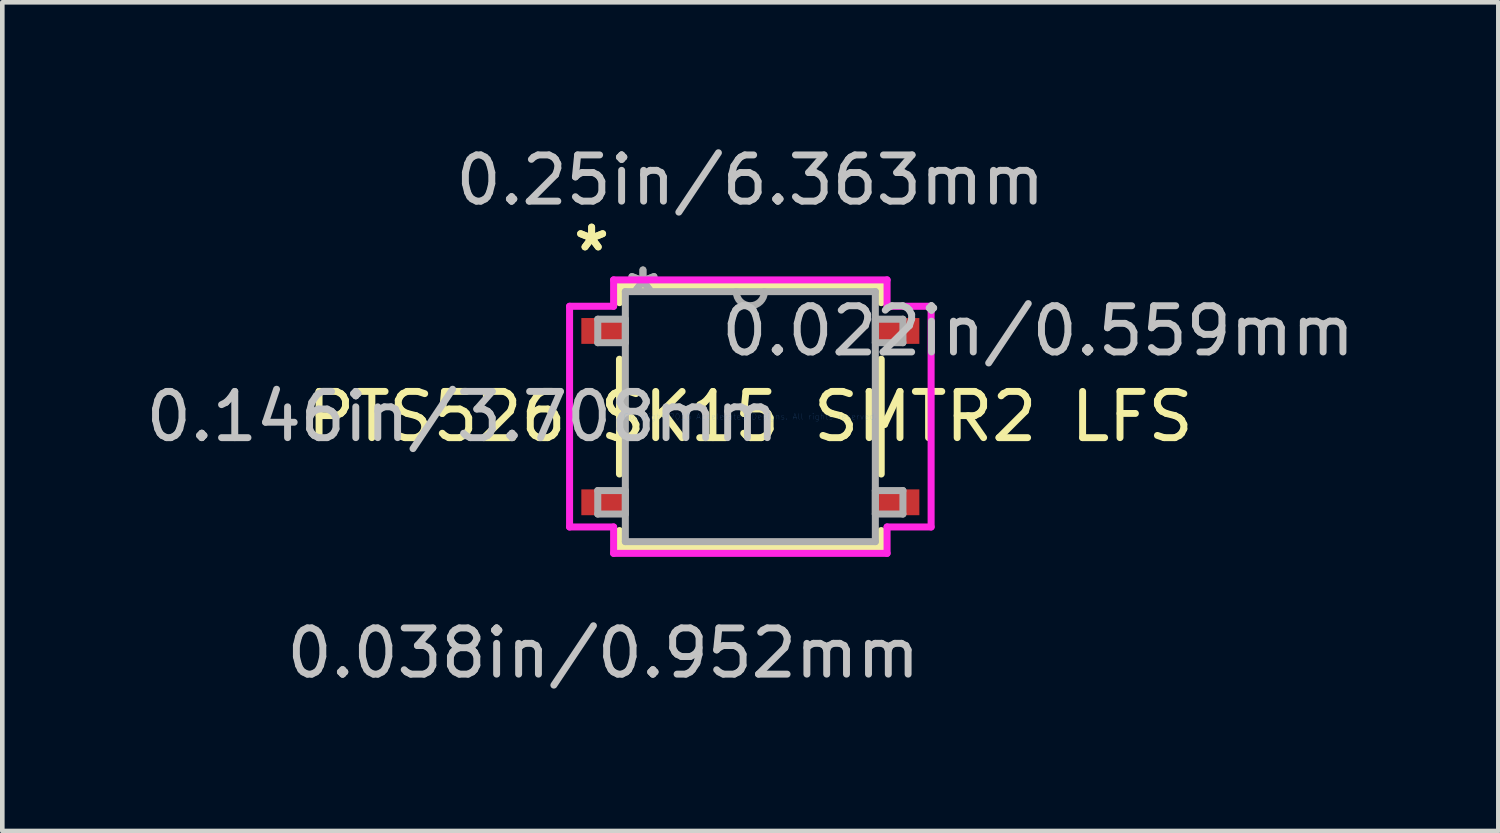
<source format=kicad_pcb>
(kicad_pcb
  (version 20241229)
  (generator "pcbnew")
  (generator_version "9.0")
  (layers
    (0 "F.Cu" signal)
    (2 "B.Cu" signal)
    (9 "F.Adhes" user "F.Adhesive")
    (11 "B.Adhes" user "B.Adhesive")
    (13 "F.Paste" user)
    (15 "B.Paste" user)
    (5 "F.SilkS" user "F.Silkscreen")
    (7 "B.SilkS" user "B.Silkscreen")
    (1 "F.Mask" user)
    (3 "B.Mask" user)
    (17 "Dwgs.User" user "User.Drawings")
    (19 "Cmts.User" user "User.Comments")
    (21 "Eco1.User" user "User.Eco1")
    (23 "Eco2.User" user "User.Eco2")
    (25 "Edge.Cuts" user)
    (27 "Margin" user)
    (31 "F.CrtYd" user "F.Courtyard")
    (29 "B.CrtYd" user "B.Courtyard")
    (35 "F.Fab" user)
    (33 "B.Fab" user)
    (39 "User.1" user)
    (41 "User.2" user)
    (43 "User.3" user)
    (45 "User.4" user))
  (footprint "PTS526 SK15 SMTR2 LFS"
    (layer "F.Cu")
    (at 13.188 5.966)
    (property "Reference" "PTS526 SK15 SMTR2 LFS" (at 0 0 0) (layer "F.SilkS") (effects (font (size 1 1) (thickness 0.15))))
    (attr through_hole)
    (fp_line (start -2.832 -2.832) (end -2.832 -2.466) (stroke (width 0.152) (type solid)) (layer "F.SilkS"))
    (fp_line (start -2.832 -1.242) (end -2.832 1.242) (stroke (width 0.152) (type solid)) (layer "F.SilkS"))
    (fp_line (start -2.832 2.466) (end -2.832 2.832) (stroke (width 0.152) (type solid)) (layer "F.SilkS"))
    (fp_line (start -2.832 2.832) (end 2.832 2.832) (stroke (width 0.152) (type solid)) (layer "F.SilkS"))
    (fp_line (start 2.832 -2.832) (end -2.832 -2.832) (stroke (width 0.152) (type solid)) (layer "F.SilkS"))
    (fp_line (start 2.832 -2.466) (end 2.832 -2.832) (stroke (width 0.152) (type solid)) (layer "F.SilkS"))
    (fp_line (start 2.832 1.242) (end 2.832 -1.242) (stroke (width 0.152) (type solid)) (layer "F.SilkS"))
    (fp_line (start 2.832 2.832) (end 2.832 2.466) (stroke (width 0.152) (type solid)) (layer "F.SilkS"))
    (fp_line (start -3.912 -2.388) (end -2.959 -2.388) (stroke (width 0.152) (type solid)) (layer "F.CrtYd"))
    (fp_line (start -3.912 2.388) (end -3.912 -2.388) (stroke (width 0.152) (type solid)) (layer "F.CrtYd"))
    (fp_line (start -2.959 -2.959) (end 2.959 -2.959) (stroke (width 0.152) (type solid)) (layer "F.CrtYd"))
    (fp_line (start -2.959 -2.388) (end -2.959 -2.959) (stroke (width 0.152) (type solid)) (layer "F.CrtYd"))
    (fp_line (start -2.959 2.388) (end -3.912 2.388) (stroke (width 0.152) (type solid)) (layer "F.CrtYd"))
    (fp_line (start -2.959 2.959) (end -2.959 2.388) (stroke (width 0.152) (type solid)) (layer "F.CrtYd"))
    (fp_line (start 2.959 -2.959) (end 2.959 -2.388) (stroke (width 0.152) (type solid)) (layer "F.CrtYd"))
    (fp_line (start 2.959 -2.388) (end 3.912 -2.388) (stroke (width 0.152) (type solid)) (layer "F.CrtYd"))
    (fp_line (start 2.959 2.388) (end 2.959 2.959) (stroke (width 0.152) (type solid)) (layer "F.CrtYd"))
    (fp_line (start 2.959 2.959) (end -2.959 2.959) (stroke (width 0.152) (type solid)) (layer "F.CrtYd"))
    (fp_line (start 3.912 -2.388) (end 3.912 2.388) (stroke (width 0.152) (type solid)) (layer "F.CrtYd"))
    (fp_line (start 3.912 2.388) (end 2.959 2.388) (stroke (width 0.152) (type solid)) (layer "F.CrtYd"))
    (fp_line (start -3.302 -2.108) (end -3.302 -1.6) (stroke (width 0.152) (type solid)) (layer "F.Fab"))
    (fp_line (start -3.302 -1.6) (end -2.705 -1.6) (stroke (width 0.152) (type solid)) (layer "F.Fab"))
    (fp_line (start -3.302 1.6) (end -3.302 2.108) (stroke (width 0.152) (type solid)) (layer "F.Fab"))
    (fp_line (start -3.302 2.108) (end -2.705 2.108) (stroke (width 0.152) (type solid)) (layer "F.Fab"))
    (fp_line (start -2.705 -2.705) (end -2.705 2.705) (stroke (width 0.152) (type solid)) (layer "F.Fab"))
    (fp_line (start -2.705 -2.108) (end -3.302 -2.108) (stroke (width 0.152) (type solid)) (layer "F.Fab"))
    (fp_line (start -2.705 -1.6) (end -2.705 -2.108) (stroke (width 0.152) (type solid)) (layer "F.Fab"))
    (fp_line (start -2.705 1.6) (end -3.302 1.6) (stroke (width 0.152) (type solid)) (layer "F.Fab"))
    (fp_line (start -2.705 2.108) (end -2.705 1.6) (stroke (width 0.152) (type solid)) (layer "F.Fab"))
    (fp_line (start -2.705 2.705) (end 2.705 2.705) (stroke (width 0.152) (type solid)) (layer "F.Fab"))
    (fp_line (start 2.705 -2.705) (end -2.705 -2.705) (stroke (width 0.152) (type solid)) (layer "F.Fab"))
    (fp_line (start 2.705 -2.108) (end 2.705 -1.6) (stroke (width 0.152) (type solid)) (layer "F.Fab"))
    (fp_line (start 2.705 -1.6) (end 3.302 -1.6) (stroke (width 0.152) (type solid)) (layer "F.Fab"))
    (fp_line (start 2.705 1.6) (end 2.705 2.108) (stroke (width 0.152) (type solid)) (layer "F.Fab"))
    (fp_line (start 2.705 2.108) (end 3.302 2.108) (stroke (width 0.152) (type solid)) (layer "F.Fab"))
    (fp_line (start 2.705 2.705) (end 2.705 -2.705) (stroke (width 0.152) (type solid)) (layer "F.Fab"))
    (fp_line (start 3.302 -2.108) (end 2.705 -2.108) (stroke (width 0.152) (type solid)) (layer "F.Fab"))
    (fp_line (start 3.302 -1.6) (end 3.302 -2.108) (stroke (width 0.152) (type solid)) (layer "F.Fab"))
    (fp_line (start 3.302 1.6) (end 2.705 1.6) (stroke (width 0.152) (type solid)) (layer "F.Fab"))
    (fp_line (start 3.302 2.108) (end 3.302 1.6) (stroke (width 0.152) (type solid)) (layer "F.Fab"))
    (fp_arc (start 0.3048 -2.7051) (mid 0 -2.4003) (end -0.3048 -2.7051) (stroke (width 0.1524) (type solid)) (layer "F.Fab"))
    (fp_text user "*" (at -3.435 -3.556 0) (layer "F.SilkS") (effects (font (size 1 1) (thickness 0.15))))
    (fp_text user "*" (at -3.435 -3.556 0) (layer "F.SilkS") (effects (font (size 1 1) (thickness 0.15))))
    (fp_text user "0.25in/6.363mm" (at 0 -5.118 0) (layer "Dwgs.User") (effects (font (size 1 1) (thickness 0.15))))
    (fp_text user "0.022in/0.559mm" (at 6.229 -1.854 0) (layer "Dwgs.User") (effects (font (size 1 1) (thickness 0.15))))
    (fp_text user "0.146in/3.708mm" (at -6.229 0 0) (layer "Dwgs.User") (effects (font (size 1 1) (thickness 0.15))))
    (fp_text user "0.038in/0.952mm" (at -3.181 5.118 0) (layer "Dwgs.User") (effects (font (size 1 1) (thickness 0.15))))
    (fp_text user "Copyright 2016 Accelerated Designs. All rights reserved." (at 0 0 0) (layer "Cmts.User") (effects (font (size 0.127 0.127) (thickness 0.002))))
    (fp_text user "*" (at -2.324 -2.629 0) (layer "F.Fab") (effects (font (size 1 1) (thickness 0.15))))
    (fp_text user "*" (at -2.324 -2.629 0) (layer "F.Fab") (effects (font (size 1 1) (thickness 0.15))))
    (pad "1" smd rect (at -3.181 -1.854) (size 0.953 0.559) (layers "F.Cu" "F.Mask" "F.Paste"))
    (pad "2" smd rect (at 3.181 -1.854) (size 0.953 0.559) (layers "F.Cu" "F.Mask" "F.Paste"))
    (pad "3" smd rect (at -3.181 1.854) (size 0.953 0.559) (layers "F.Cu" "F.Mask" "F.Paste"))
    (pad "4" smd rect (at 3.181 1.854) (size 0.953 0.559) (layers "F.Cu" "F.Mask" "F.Paste")))
  (gr_rect
    (start -3 -3)
    (end 29.375 14.933)
    (stroke (width 0.1) (type default))
    (fill no)
    (layer "Edge.Cuts")))
</source>
